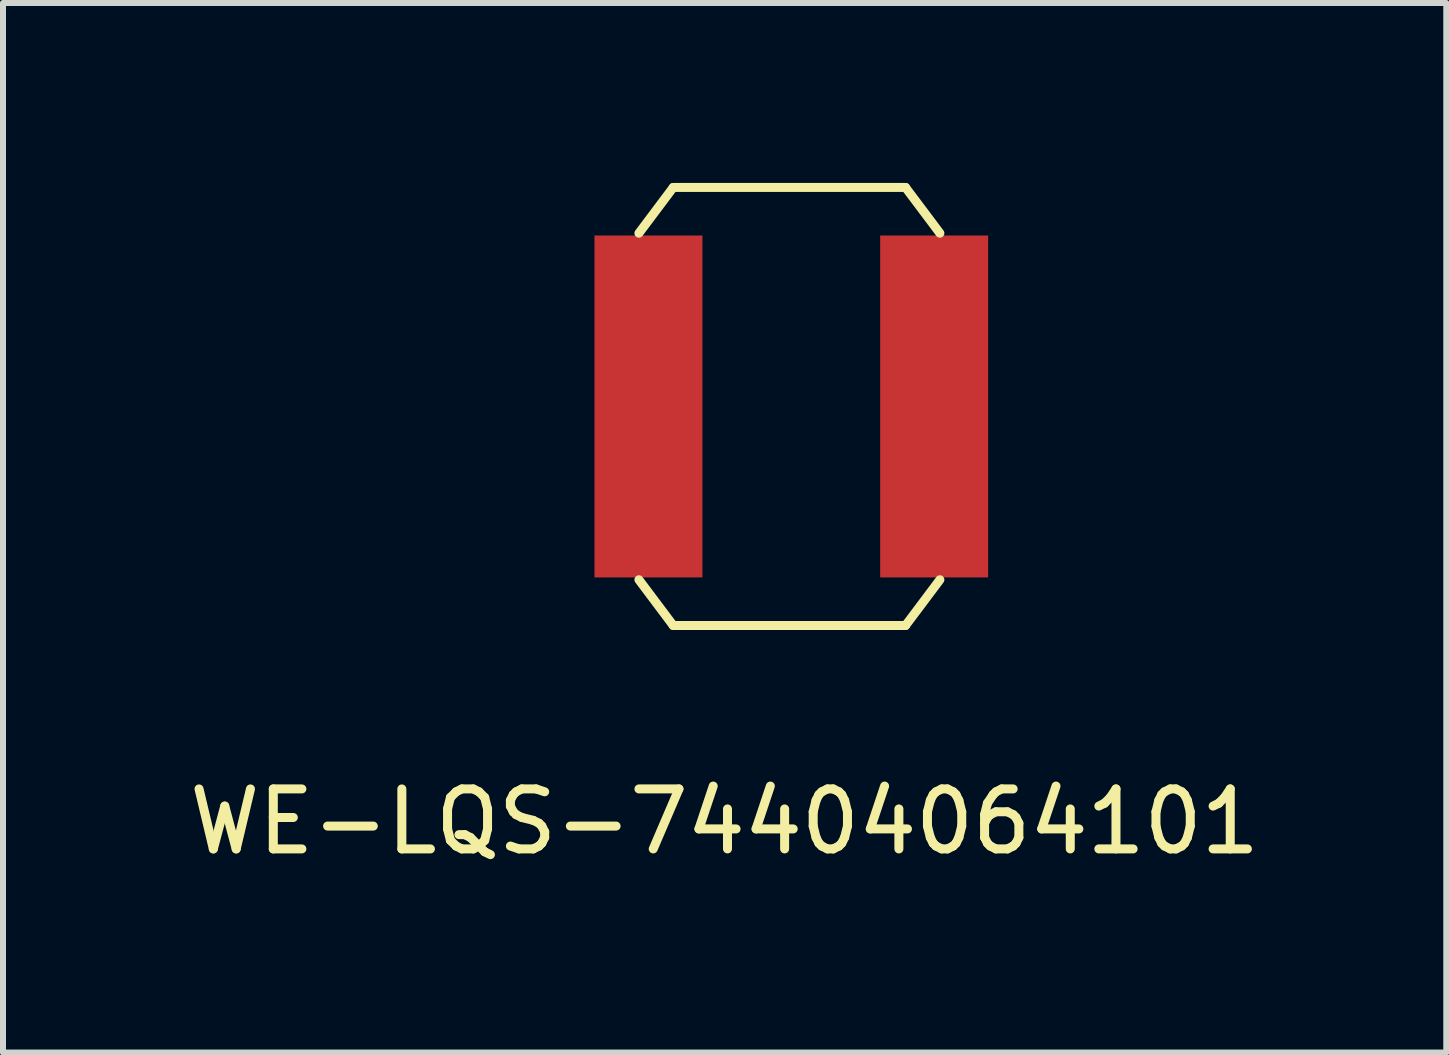
<source format=kicad_pcb>
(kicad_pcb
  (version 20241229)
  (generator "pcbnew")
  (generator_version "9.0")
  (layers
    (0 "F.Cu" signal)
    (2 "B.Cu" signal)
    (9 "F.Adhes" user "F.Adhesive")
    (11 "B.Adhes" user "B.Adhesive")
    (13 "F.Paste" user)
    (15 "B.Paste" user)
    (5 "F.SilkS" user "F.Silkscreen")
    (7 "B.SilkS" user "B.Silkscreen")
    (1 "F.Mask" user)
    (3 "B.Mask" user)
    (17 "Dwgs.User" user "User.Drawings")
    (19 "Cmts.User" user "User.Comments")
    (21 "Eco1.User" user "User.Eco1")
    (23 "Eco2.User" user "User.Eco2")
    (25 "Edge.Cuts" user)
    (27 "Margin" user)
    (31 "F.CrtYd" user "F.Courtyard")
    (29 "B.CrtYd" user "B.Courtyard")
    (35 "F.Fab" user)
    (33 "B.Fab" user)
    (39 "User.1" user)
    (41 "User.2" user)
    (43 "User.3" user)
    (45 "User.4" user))
  (footprint "WE-LQS-74404064101"
    (layer "F.Cu")
    (at 9.284 3.726)
    (property "Reference" "WE-LQS-74404064101" (at -0.254 6.921 0) (layer "F.SilkS") (effects (font (size 1 1) (thickness 0.15))))
    (attr through_hole)
    (fp_line (start -1.683 -2.889) (end -1.111 -3.651) (stroke (width 0.15) (type solid)) (layer "F.SilkS"))
    (fp_line (start -1.683 2.889) (end -1.111 3.651) (stroke (width 0.15) (type solid)) (layer "F.SilkS"))
    (fp_line (start -1.111 -3.651) (end 2.762 -3.651) (stroke (width 0.15) (type solid)) (layer "F.SilkS"))
    (fp_line (start -1.111 3.651) (end 2.762 3.651) (stroke (width 0.15) (type solid)) (layer "F.SilkS"))
    (fp_line (start 3.334 -2.889) (end 2.762 -3.651) (stroke (width 0.15) (type solid)) (layer "F.SilkS"))
    (fp_line (start 3.334 2.889) (end 2.762 3.651) (stroke (width 0.15) (type solid)) (layer "F.SilkS"))
    (pad "1" smd rect (at 3.239 0) (size 1.8 5.7) (layers "F.Cu" "F.Mask" "F.Paste"))
    (pad "2" smd rect (at -1.524 0) (size 1.8 5.7) (layers "F.Cu" "F.Mask" "F.Paste")))
  (gr_rect
    (start -3 -3)
    (end 21.06 14.496)
    (stroke (width 0.1) (type default))
    (fill no)
    (layer "Edge.Cuts")))
</source>
